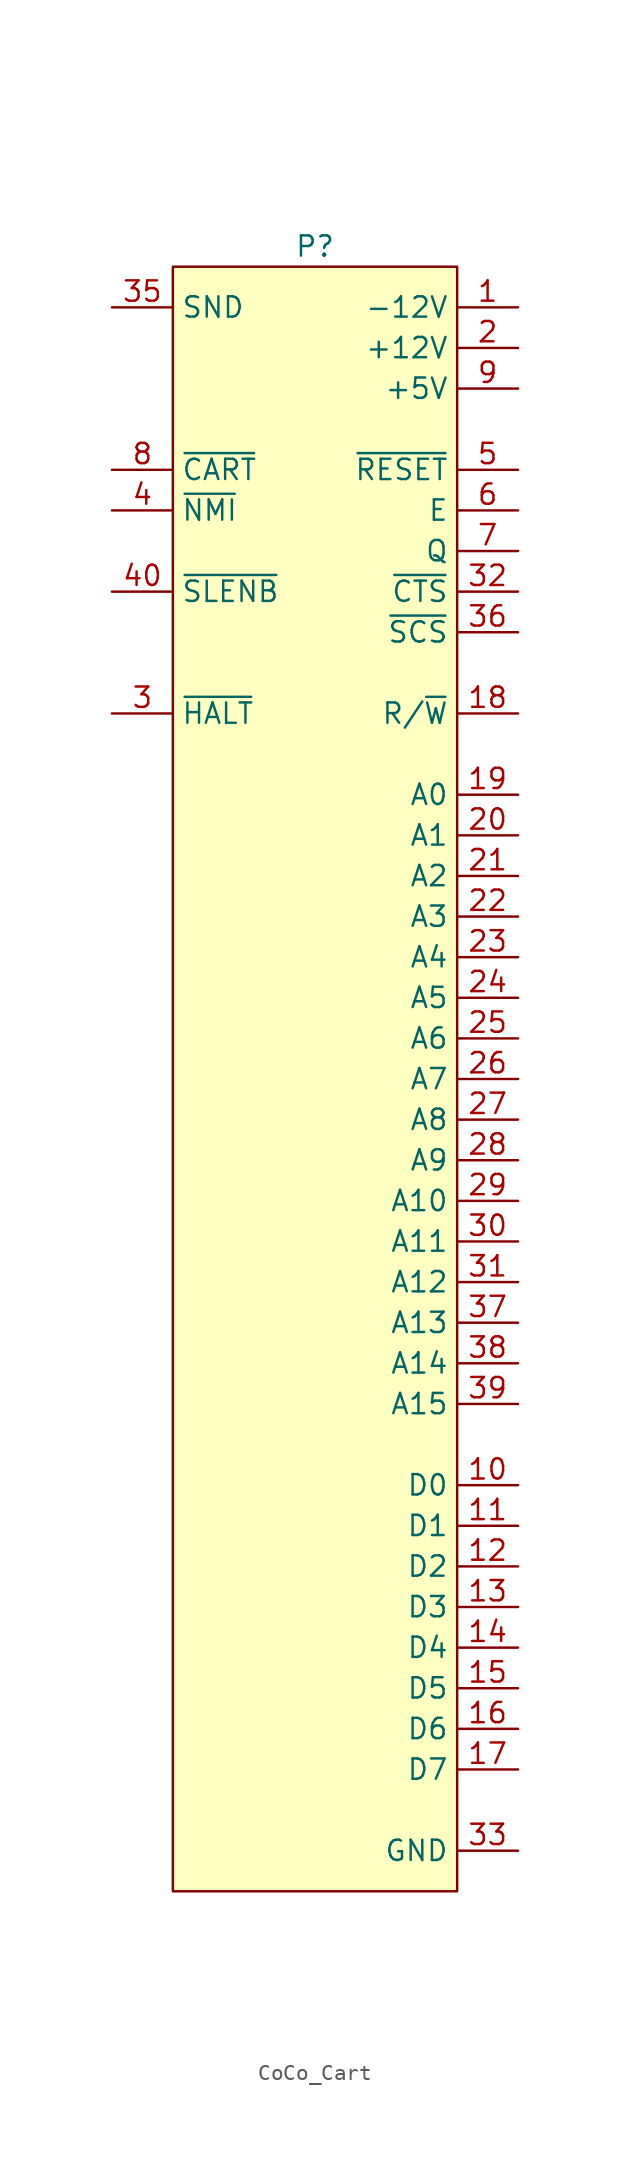
<source format=kicad_sym>
(kicad_symbol_lib
  (version 20220914)
  (generator kicad_symbol_editor)
  (symbol "CoCo_Cart"
    (property "Reference" "P"
      (at 0 39.37 0)
      (effects (font (size 1.27 1.27))))
    (property "Value" ""
      (at 5.08 22.86 0)
      (effects (font (size 1.27 1.27))))
    (symbol "CoCo_Cart_1_1"
      (rectangle (start -8.89 38.1) (end 8.89 -63.5) (stroke (width 0) (type default)) (fill (type background)))
      (pin power_out line (at 12.7 35.56 180) (length 3.81) (name "-12V" (effects (font (size 1.27 1.27)))) (number "1" (effects (font (size 1.27 1.27)))))
      (pin tri_state line (at 12.7 -38.1 180) (length 3.81) (name "D0" (effects (font (size 1.27 1.27)))) (number "10" (effects (font (size 1.27 1.27)))))
      (pin tri_state line (at 12.7 -40.64 180) (length 3.81) (name "D1" (effects (font (size 1.27 1.27)))) (number "11" (effects (font (size 1.27 1.27)))))
      (pin tri_state line (at 12.7 -43.18 180) (length 3.81) (name "D2" (effects (font (size 1.27 1.27)))) (number "12" (effects (font (size 1.27 1.27)))))
      (pin tri_state line (at 12.7 -45.72 180) (length 3.81) (name "D3" (effects (font (size 1.27 1.27)))) (number "13" (effects (font (size 1.27 1.27)))))
      (pin tri_state line (at 12.7 -48.26 180) (length 3.81) (name "D4" (effects (font (size 1.27 1.27)))) (number "14" (effects (font (size 1.27 1.27)))))
      (pin tri_state line (at 12.7 -50.8 180) (length 3.81) (name "D5" (effects (font (size 1.27 1.27)))) (number "15" (effects (font (size 1.27 1.27)))))
      (pin tri_state line (at 12.7 -53.34 180) (length 3.81) (name "D6" (effects (font (size 1.27 1.27)))) (number "16" (effects (font (size 1.27 1.27)))))
      (pin tri_state line (at 12.7 -55.88 180) (length 3.81) (name "D7" (effects (font (size 1.27 1.27)))) (number "17" (effects (font (size 1.27 1.27)))))
      (pin tri_state line (at 12.7 10.16 180) (length 3.81) (name "R/~{W}" (effects (font (size 1.27 1.27)))) (number "18" (effects (font (size 1.27 1.27)))))
      (pin tri_state line (at 12.7 5.08 180) (length 3.81) (name "A0" (effects (font (size 1.27 1.27)))) (number "19" (effects (font (size 1.27 1.27)))))
      (pin power_out line (at 12.7 33.02 180) (length 3.81) (name "+12V" (effects (font (size 1.27 1.27)))) (number "2" (effects (font (size 1.27 1.27)))))
      (pin tri_state line (at 12.7 2.54 180) (length 3.81) (name "A1" (effects (font (size 1.27 1.27)))) (number "20" (effects (font (size 1.27 1.27)))))
      (pin tri_state line (at 12.7 0 180) (length 3.81) (name "A2" (effects (font (size 1.27 1.27)))) (number "21" (effects (font (size 1.27 1.27)))))
      (pin tri_state line (at 12.7 -2.54 180) (length 3.81) (name "A3" (effects (font (size 1.27 1.27)))) (number "22" (effects (font (size 1.27 1.27)))))
      (pin tri_state line (at 12.7 -5.08 180) (length 3.81) (name "A4" (effects (font (size 1.27 1.27)))) (number "23" (effects (font (size 1.27 1.27)))))
      (pin tri_state line (at 12.7 -7.62 180) (length 3.81) (name "A5" (effects (font (size 1.27 1.27)))) (number "24" (effects (font (size 1.27 1.27)))))
      (pin tri_state line (at 12.7 -10.16 180) (length 3.81) (name "A6" (effects (font (size 1.27 1.27)))) (number "25" (effects (font (size 1.27 1.27)))))
      (pin tri_state line (at 12.7 -12.7 180) (length 3.81) (name "A7" (effects (font (size 1.27 1.27)))) (number "26" (effects (font (size 1.27 1.27)))))
      (pin tri_state line (at 12.7 -15.24 180) (length 3.81) (name "A8" (effects (font (size 1.27 1.27)))) (number "27" (effects (font (size 1.27 1.27)))))
      (pin tri_state line (at 12.7 -17.78 180) (length 3.81) (name "A9" (effects (font (size 1.27 1.27)))) (number "28" (effects (font (size 1.27 1.27)))))
      (pin tri_state line (at 12.7 -20.32 180) (length 3.81) (name "A10" (effects (font (size 1.27 1.27)))) (number "29" (effects (font (size 1.27 1.27)))))
      (pin input line (at -12.7 10.16 0) (length 3.81) (name "~{HALT}" (effects (font (size 1.27 1.27)))) (number "3" (effects (font (size 1.27 1.27)))))
      (pin tri_state line (at 12.7 -22.86 180) (length 3.81) (name "A11" (effects (font (size 1.27 1.27)))) (number "30" (effects (font (size 1.27 1.27)))))
      (pin tri_state line (at 12.7 -25.4 180) (length 3.81) (name "A12" (effects (font (size 1.27 1.27)))) (number "31" (effects (font (size 1.27 1.27)))))
      (pin output line (at 12.7 17.78 180) (length 3.81) (name "~{CTS}" (effects (font (size 1.27 1.27)))) (number "32" (effects (font (size 1.27 1.27)))))
      (pin power_out line (at 12.7 -60.96 180) (length 3.81) (name "GND" (effects (font (size 1.27 1.27)))) (number "33" (effects (font (size 1.27 1.27)))))
      (pin passive line (at 12.7 -60.96 180) (length 3.81) hide (name "GND" (effects (font (size 1.27 1.27)))) (number "34" (effects (font (size 1.27 1.27)))))
      (pin input line (at -12.7 35.56 0) (length 3.81) (name "SND" (effects (font (size 1.27 1.27)))) (number "35" (effects (font (size 1.27 1.27)))))
      (pin output line (at 12.7 15.24 180) (length 3.81) (name "~{SCS}" (effects (font (size 1.27 1.27)))) (number "36" (effects (font (size 1.27 1.27)))))
      (pin tri_state line (at 12.7 -27.94 180) (length 3.81) (name "A13" (effects (font (size 1.27 1.27)))) (number "37" (effects (font (size 1.27 1.27)))))
      (pin tri_state line (at 12.7 -30.48 180) (length 3.81) (name "A14" (effects (font (size 1.27 1.27)))) (number "38" (effects (font (size 1.27 1.27)))))
      (pin tri_state line (at 12.7 -33.02 180) (length 3.81) (name "A15" (effects (font (size 1.27 1.27)))) (number "39" (effects (font (size 1.27 1.27)))))
      (pin input line (at -12.7 22.86 0) (length 3.81) (name "~{NMI}" (effects (font (size 1.27 1.27)))) (number "4" (effects (font (size 1.27 1.27)))))
      (pin input line (at -12.7 17.78 0) (length 3.81) (name "~{SLENB}" (effects (font (size 1.27 1.27)))) (number "40" (effects (font (size 1.27 1.27)))))
      (pin bidirectional line (at 12.7 25.4 180) (length 3.81) (name "~{RESET}" (effects (font (size 1.27 1.27)))) (number "5" (effects (font (size 1.27 1.27)))))
      (pin output line (at 12.7 22.86 180) (length 3.81) (name "E" (effects (font (size 1.27 1.27)))) (number "6" (effects (font (size 1.27 1.27)))))
      (pin output line (at 12.7 20.32 180) (length 3.81) (name "Q" (effects (font (size 1.27 1.27)))) (number "7" (effects (font (size 1.27 1.27)))))
      (pin input line (at -12.7 25.4 0) (length 3.81) (name "~{CART}" (effects (font (size 1.27 1.27)))) (number "8" (effects (font (size 1.27 1.27)))))
      (pin power_out line (at 12.7 30.48 180) (length 3.81) (name "+5V" (effects (font (size 1.27 1.27)))) (number "9" (effects (font (size 1.27 1.27))))))))
</source>
